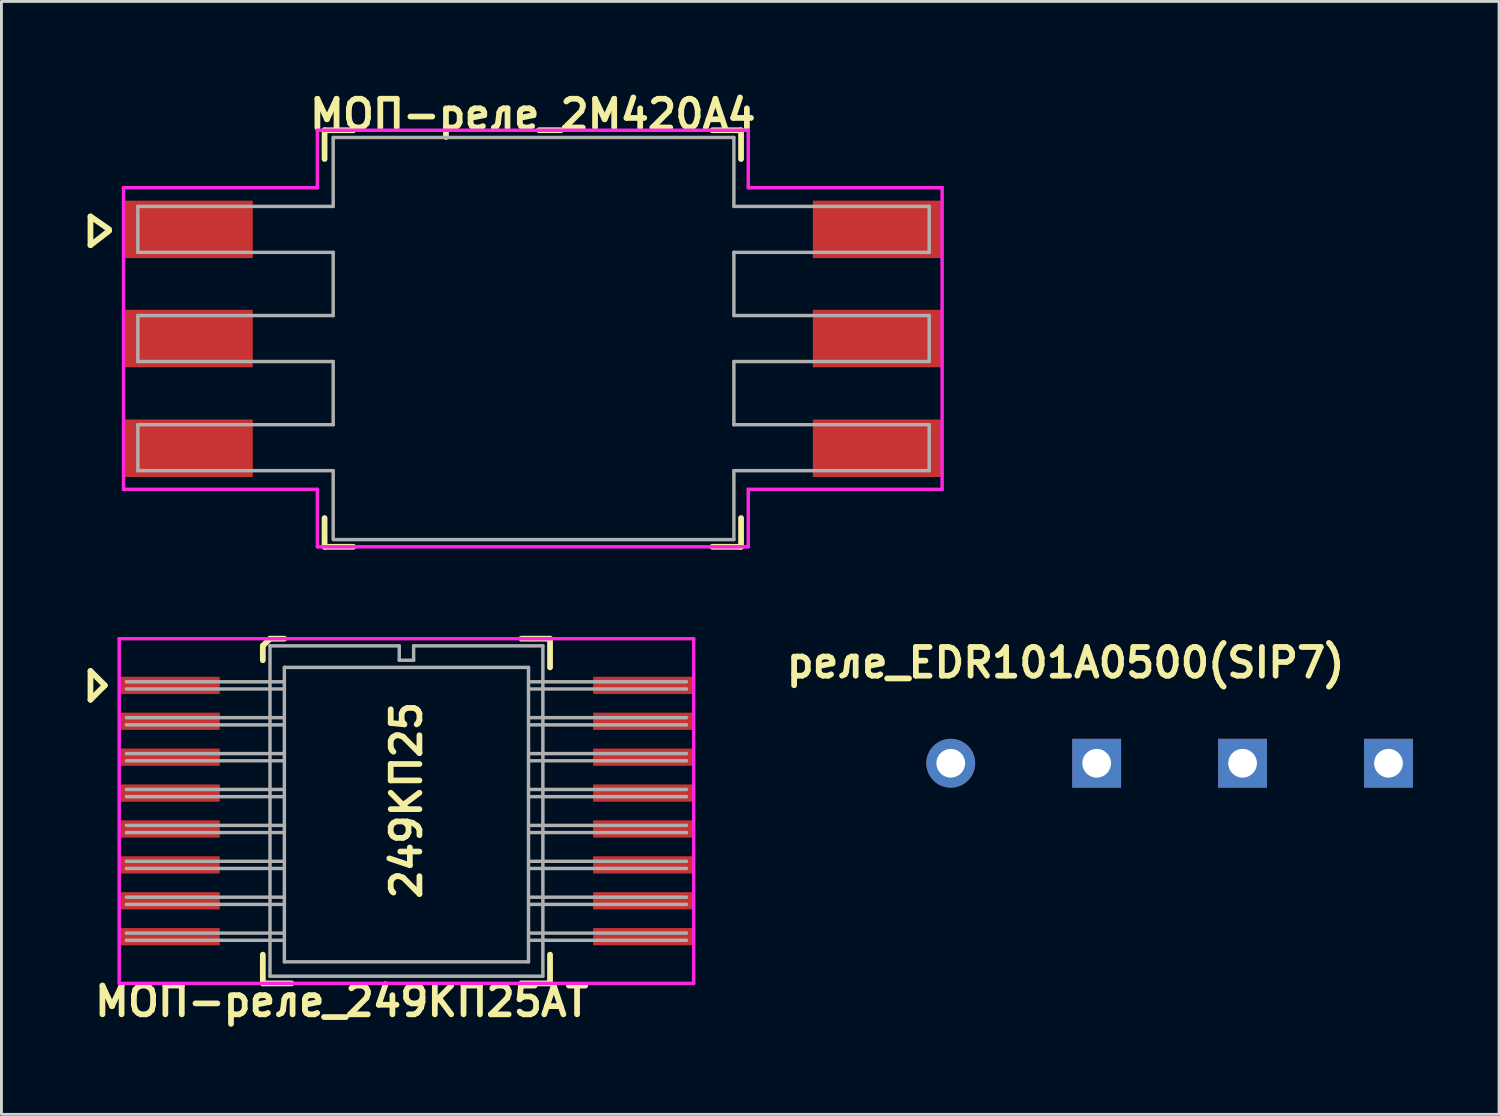
<source format=kicad_pcb>
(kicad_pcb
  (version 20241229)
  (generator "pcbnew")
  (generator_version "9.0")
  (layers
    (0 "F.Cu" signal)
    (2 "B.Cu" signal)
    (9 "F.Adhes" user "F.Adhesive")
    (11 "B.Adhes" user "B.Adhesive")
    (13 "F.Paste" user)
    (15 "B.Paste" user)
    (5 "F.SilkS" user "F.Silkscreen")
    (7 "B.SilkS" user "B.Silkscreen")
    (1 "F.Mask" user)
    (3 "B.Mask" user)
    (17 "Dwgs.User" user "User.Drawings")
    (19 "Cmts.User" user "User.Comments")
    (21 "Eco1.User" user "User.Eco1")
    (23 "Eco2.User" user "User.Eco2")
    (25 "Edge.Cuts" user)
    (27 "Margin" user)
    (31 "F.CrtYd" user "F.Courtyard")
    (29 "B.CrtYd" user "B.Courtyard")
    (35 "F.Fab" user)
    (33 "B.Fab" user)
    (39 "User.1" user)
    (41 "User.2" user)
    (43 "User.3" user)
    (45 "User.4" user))
  (footprint "МОП-реле_2М420А4"
    (layer "F.Cu")
    (at 15.5 8.736)
    (property "Reference" "МОП-реле_2М420А4" (at 0 -7.8 0) (layer "F.SilkS") (effects (font (size 1 1) (thickness 0.2))))
    (attr through_hole)
    (fp_line (start -15.4 -4.25) (end -14.75 -3.8) (stroke (width 0.2) (type solid)) (layer "F.SilkS"))
    (fp_line (start -15.4 -3.25) (end -15.4 -4.25) (stroke (width 0.2) (type solid)) (layer "F.SilkS"))
    (fp_line (start -14.75 -3.75) (end -15.4 -3.25) (stroke (width 0.2) (type solid)) (layer "F.SilkS"))
    (fp_line (start -7.25 -7.25) (end -7.25 -6.25) (stroke (width 0.2) (type solid)) (layer "F.SilkS"))
    (fp_line (start -7.25 -7.25) (end -6.25 -7.25) (stroke (width 0.2) (type solid)) (layer "F.SilkS"))
    (fp_line (start -7.25 7.25) (end -7.25 6.25) (stroke (width 0.2) (type solid)) (layer "F.SilkS"))
    (fp_line (start -7.25 7.25) (end -6.25 7.25) (stroke (width 0.2) (type solid)) (layer "F.SilkS"))
    (fp_line (start 7.25 -7.25) (end 6.25 -7.25) (stroke (width 0.2) (type solid)) (layer "F.SilkS"))
    (fp_line (start 7.25 -7.25) (end 7.25 -6.25) (stroke (width 0.2) (type solid)) (layer "F.SilkS"))
    (fp_line (start 7.25 7.25) (end 6.25 7.25) (stroke (width 0.2) (type solid)) (layer "F.SilkS"))
    (fp_line (start 7.25 7.25) (end 7.25 6.25) (stroke (width 0.2) (type solid)) (layer "F.SilkS"))
    (fp_line (start -14.25 5.25) (end -14.25 -5.25) (stroke (width 0.12) (type solid)) (layer "F.CrtYd"))
    (fp_line (start -7.5 -7.25) (end -7.5 -5.25) (stroke (width 0.12) (type solid)) (layer "F.CrtYd"))
    (fp_line (start -7.5 -7.25) (end 7.5 -7.25) (stroke (width 0.12) (type solid)) (layer "F.CrtYd"))
    (fp_line (start -7.5 -5.25) (end -14.25 -5.25) (stroke (width 0.12) (type solid)) (layer "F.CrtYd"))
    (fp_line (start -7.5 5.25) (end -14.25 5.25) (stroke (width 0.12) (type solid)) (layer "F.CrtYd"))
    (fp_line (start -7.5 5.25) (end -7.5 7.25) (stroke (width 0.12) (type solid)) (layer "F.CrtYd"))
    (fp_line (start 7.5 -7.25) (end 7.5 -5.25) (stroke (width 0.12) (type solid)) (layer "F.CrtYd"))
    (fp_line (start 7.5 5.25) (end 14.25 5.25) (stroke (width 0.12) (type solid)) (layer "F.CrtYd"))
    (fp_line (start 7.5 7.25) (end -7.5 7.25) (stroke (width 0.12) (type solid)) (layer "F.CrtYd"))
    (fp_line (start 7.5 7.25) (end 7.5 5.25) (stroke (width 0.12) (type solid)) (layer "F.CrtYd"))
    (fp_line (start 14.25 -5.25) (end 7.5 -5.25) (stroke (width 0.12) (type solid)) (layer "F.CrtYd"))
    (fp_line (start 14.25 -5.25) (end 14.25 5.25) (stroke (width 0.12) (type solid)) (layer "F.CrtYd"))
    (fp_line (start -13.75 -4.6) (end -13.75 -3) (stroke (width 0.12) (type solid)) (layer "F.Fab"))
    (fp_line (start -13.75 -4.6) (end -6.95 -4.6) (stroke (width 0.12) (type solid)) (layer "F.Fab"))
    (fp_line (start -13.75 -3) (end -6.95 -3) (stroke (width 0.12) (type solid)) (layer "F.Fab"))
    (fp_line (start -13.75 -0.8) (end -13.75 0.8) (stroke (width 0.12) (type solid)) (layer "F.Fab"))
    (fp_line (start -13.75 -0.8) (end -6.95 -0.8) (stroke (width 0.12) (type solid)) (layer "F.Fab"))
    (fp_line (start -13.75 3) (end -13.75 4.6) (stroke (width 0.12) (type solid)) (layer "F.Fab"))
    (fp_line (start -13.75 3) (end -6.95 3) (stroke (width 0.12) (type solid)) (layer "F.Fab"))
    (fp_line (start -6.95 -7) (end -6.95 -4.6) (stroke (width 0.12) (type solid)) (layer "F.Fab"))
    (fp_line (start -6.95 -7) (end 7 -7) (stroke (width 0.12) (type solid)) (layer "F.Fab"))
    (fp_line (start -6.95 -3) (end -6.95 -0.8) (stroke (width 0.12) (type solid)) (layer "F.Fab"))
    (fp_line (start -6.95 0.8) (end -13.75 0.8) (stroke (width 0.12) (type solid)) (layer "F.Fab"))
    (fp_line (start -6.95 0.8) (end -6.95 3) (stroke (width 0.12) (type solid)) (layer "F.Fab"))
    (fp_line (start -6.95 4.6) (end -13.75 4.6) (stroke (width 0.12) (type solid)) (layer "F.Fab"))
    (fp_line (start -6.95 4.6) (end -6.95 7) (stroke (width 0.12) (type solid)) (layer "F.Fab"))
    (fp_line (start -6.9 7) (end 7 7) (stroke (width 0.12) (type solid)) (layer "F.Fab"))
    (fp_line (start 7 -7) (end 7 -4.6) (stroke (width 0.12) (type solid)) (layer "F.Fab"))
    (fp_line (start 7 -4.6) (end 13.8 -4.6) (stroke (width 0.12) (type solid)) (layer "F.Fab"))
    (fp_line (start 7 -3) (end 7 -0.8) (stroke (width 0.12) (type solid)) (layer "F.Fab"))
    (fp_line (start 7 -3) (end 13.8 -3) (stroke (width 0.12) (type solid)) (layer "F.Fab"))
    (fp_line (start 7 -0.8) (end 13.8 -0.8) (stroke (width 0.12) (type solid)) (layer "F.Fab"))
    (fp_line (start 7 0.8) (end 7 3) (stroke (width 0.12) (type solid)) (layer "F.Fab"))
    (fp_line (start 7 0.8) (end 13.8 0.8) (stroke (width 0.12) (type solid)) (layer "F.Fab"))
    (fp_line (start 7 3) (end 13.8 3) (stroke (width 0.12) (type solid)) (layer "F.Fab"))
    (fp_line (start 7 4.6) (end 7 7) (stroke (width 0.12) (type solid)) (layer "F.Fab"))
    (fp_line (start 7 4.6) (end 13.8 4.6) (stroke (width 0.12) (type solid)) (layer "F.Fab"))
    (fp_line (start 13.8 -4.6) (end 13.8 -3) (stroke (width 0.12) (type solid)) (layer "F.Fab"))
    (fp_line (start 13.8 -0.8) (end 13.8 0.8) (stroke (width 0.12) (type solid)) (layer "F.Fab"))
    (fp_line (start 13.8 3) (end 13.8 4.6) (stroke (width 0.12) (type solid)) (layer "F.Fab"))
    (pad "1" smd rect (at -12 -3.8) (size 4.5 2) (layers "F.Cu" "F.Mask" "F.Paste"))
    (pad "2" smd rect (at -12 0) (size 4.5 2) (layers "F.Cu" "F.Mask" "F.Paste"))
    (pad "3" smd rect (at -12 3.82) (size 4.5 2) (layers "F.Cu" "F.Mask" "F.Paste"))
    (pad "4" smd rect (at 12 3.82) (size 4.5 2) (layers "F.Cu" "F.Mask" "F.Paste"))
    (pad "5" smd rect (at 12 0) (size 4.5 2) (layers "F.Cu" "F.Mask" "F.Paste"))
    (pad "6" smd rect (at 12 -3.8) (size 4.5 2) (layers "F.Cu" "F.Mask" "F.Paste")))
  (footprint "реле_EDR101A0500(SIP7)"
    (layer "F.Cu")
    (at 30.05 23.522)
    (property "Reference" "реле_EDR101A0500(SIP7)" (at 4 -3.5 0) (layer "F.SilkS") (effects (font (size 1 1) (thickness 0.2))))
    (attr through_hole)
    (pad "1" thru_hole circle (at 0 0) (size 1.7 1.7) (drill 1) (layers "*.Cu" "*.Mask"))
    (pad "3" thru_hole rect (at 5.08 0) (size 1.7 1.7) (drill 1) (layers "*.Cu" "*.Mask"))
    (pad "5" thru_hole rect (at 10.16 0) (size 1.7 1.7) (drill 1) (layers "*.Cu" "*.Mask"))
    (pad "7" thru_hole rect (at 15.24 0) (size 1.7 1.7) (drill 1) (layers "*.Cu" "*.Mask")))
  (footprint "МОП-реле_249КП25АТ"
    (layer "F.Cu")
    (at 11.1 25.186)
    (property "Reference" "МОП-реле_249КП25АТ" (at -2.25 6.625 0) (layer "F.SilkS") (effects (font (size 1 1) (thickness 0.2))))
    (attr through_hole)
    (fp_line (start -11 -4.875) (end -11 -3.875) (stroke (width 0.2) (type solid)) (layer "F.SilkS"))
    (fp_line (start -11 -3.875) (end -10.5 -4.375) (stroke (width 0.2) (type solid)) (layer "F.SilkS"))
    (fp_line (start -10.5 -4.375) (end -11 -4.875) (stroke (width 0.2) (type solid)) (layer "F.SilkS"))
    (fp_line (start -5 -5.75) (end -4.75 -6) (stroke (width 0.2) (type solid)) (layer "F.SilkS"))
    (fp_line (start -5 -5.25) (end -5 -5.75) (stroke (width 0.2) (type solid)) (layer "F.SilkS"))
    (fp_line (start -5 6) (end -5 5) (stroke (width 0.2) (type solid)) (layer "F.SilkS"))
    (fp_line (start -5 6) (end -4 6) (stroke (width 0.2) (type solid)) (layer "F.SilkS"))
    (fp_line (start -4.75 -6) (end -4.25 -6) (stroke (width 0.2) (type solid)) (layer "F.SilkS"))
    (fp_line (start 5 -6) (end 4 -6) (stroke (width 0.2) (type solid)) (layer "F.SilkS"))
    (fp_line (start 5 -6) (end 5 -5) (stroke (width 0.2) (type solid)) (layer "F.SilkS"))
    (fp_line (start 5 6) (end 4 6) (stroke (width 0.2) (type solid)) (layer "F.SilkS"))
    (fp_line (start 5 6) (end 5 5) (stroke (width 0.2) (type solid)) (layer "F.SilkS"))
    (fp_line (start -10 -6) (end -10 6) (stroke (width 0.12) (type solid)) (layer "F.CrtYd"))
    (fp_line (start -10 6) (end 10 6) (stroke (width 0.12) (type solid)) (layer "F.CrtYd"))
    (fp_line (start 10 -6) (end -10 -6) (stroke (width 0.12) (type solid)) (layer "F.CrtYd"))
    (fp_line (start 10 6) (end 10 -6) (stroke (width 0.12) (type solid)) (layer "F.CrtYd"))
    (fp_line (start -9.75 -4.25) (end -4.25 -4.25) (stroke (width 0.12) (type solid)) (layer "F.Fab"))
    (fp_line (start -9.75 -3) (end -4.25 -3) (stroke (width 0.12) (type solid)) (layer "F.Fab"))
    (fp_line (start -9.75 -1.75) (end -4.25 -1.75) (stroke (width 0.12) (type solid)) (layer "F.Fab"))
    (fp_line (start -9.75 -0.5) (end -4.25 -0.5) (stroke (width 0.12) (type solid)) (layer "F.Fab"))
    (fp_line (start -9.75 0.75) (end -4.25 0.75) (stroke (width 0.12) (type solid)) (layer "F.Fab"))
    (fp_line (start -9.75 2) (end -4.25 2) (stroke (width 0.12) (type solid)) (layer "F.Fab"))
    (fp_line (start -9.75 3.25) (end -4.25 3.25) (stroke (width 0.12) (type solid)) (layer "F.Fab"))
    (fp_line (start -9.75 4.5) (end -4.25 4.5) (stroke (width 0.12) (type solid)) (layer "F.Fab"))
    (fp_line (start -4.75 -5.75) (end -0.25 -5.75) (stroke (width 0.12) (type solid)) (layer "F.Fab"))
    (fp_line (start -4.75 5.75) (end -4.75 -5.75) (stroke (width 0.12) (type solid)) (layer "F.Fab"))
    (fp_line (start -4.25 -5) (end -4.25 5.25) (stroke (width 0.12) (type solid)) (layer "F.Fab"))
    (fp_line (start -4.25 -4.5) (end -9.75 -4.5) (stroke (width 0.12) (type solid)) (layer "F.Fab"))
    (fp_line (start -4.25 -3.25) (end -9.75 -3.25) (stroke (width 0.12) (type solid)) (layer "F.Fab"))
    (fp_line (start -4.25 -2) (end -9.75 -2) (stroke (width 0.12) (type solid)) (layer "F.Fab"))
    (fp_line (start -4.25 -0.75) (end -9.75 -0.75) (stroke (width 0.12) (type solid)) (layer "F.Fab"))
    (fp_line (start -4.25 0.5) (end -9.75 0.5) (stroke (width 0.12) (type solid)) (layer "F.Fab"))
    (fp_line (start -4.25 1.75) (end -9.75 1.75) (stroke (width 0.12) (type solid)) (layer "F.Fab"))
    (fp_line (start -4.25 3) (end -9.75 3) (stroke (width 0.12) (type solid)) (layer "F.Fab"))
    (fp_line (start -4.25 4.25) (end -9.75 4.25) (stroke (width 0.12) (type solid)) (layer "F.Fab"))
    (fp_line (start -4.25 5.25) (end 4.25 5.25) (stroke (width 0.12) (type solid)) (layer "F.Fab"))
    (fp_line (start -0.25 -5.75) (end -0.25 -5.25) (stroke (width 0.12) (type solid)) (layer "F.Fab"))
    (fp_line (start -0.25 -5.25) (end 0.25 -5.25) (stroke (width 0.12) (type solid)) (layer "F.Fab"))
    (fp_line (start 0.25 -5.75) (end 4.75 -5.75) (stroke (width 0.12) (type solid)) (layer "F.Fab"))
    (fp_line (start 0.25 -5.25) (end 0.25 -5.75) (stroke (width 0.12) (type solid)) (layer "F.Fab"))
    (fp_line (start 4.25 -5) (end -4.25 -5) (stroke (width 0.12) (type solid)) (layer "F.Fab"))
    (fp_line (start 4.25 -4.25) (end 9.75 -4.25) (stroke (width 0.12) (type solid)) (layer "F.Fab"))
    (fp_line (start 4.25 -3) (end 9.75 -3) (stroke (width 0.12) (type solid)) (layer "F.Fab"))
    (fp_line (start 4.25 -1.75) (end 9.75 -1.75) (stroke (width 0.12) (type solid)) (layer "F.Fab"))
    (fp_line (start 4.25 -0.5) (end 9.75 -0.5) (stroke (width 0.12) (type solid)) (layer "F.Fab"))
    (fp_line (start 4.25 0.75) (end 9.75 0.75) (stroke (width 0.12) (type solid)) (layer "F.Fab"))
    (fp_line (start 4.25 2) (end 9.75 2) (stroke (width 0.12) (type solid)) (layer "F.Fab"))
    (fp_line (start 4.25 3.25) (end 9.75 3.25) (stroke (width 0.12) (type solid)) (layer "F.Fab"))
    (fp_line (start 4.25 4.5) (end 9.75 4.5) (stroke (width 0.12) (type solid)) (layer "F.Fab"))
    (fp_line (start 4.25 5.25) (end 4.25 -5) (stroke (width 0.12) (type solid)) (layer "F.Fab"))
    (fp_line (start 4.75 -5.75) (end 4.75 5.75) (stroke (width 0.12) (type solid)) (layer "F.Fab"))
    (fp_line (start 4.75 5.75) (end -4.75 5.75) (stroke (width 0.12) (type solid)) (layer "F.Fab"))
    (fp_line (start 9.75 -4.5) (end 4.25 -4.5) (stroke (width 0.12) (type solid)) (layer "F.Fab"))
    (fp_line (start 9.75 -3.25) (end 4.25 -3.25) (stroke (width 0.12) (type solid)) (layer "F.Fab"))
    (fp_line (start 9.75 -2) (end 4.25 -2) (stroke (width 0.12) (type solid)) (layer "F.Fab"))
    (fp_line (start 9.75 -0.75) (end 4.25 -0.75) (stroke (width 0.12) (type solid)) (layer "F.Fab"))
    (fp_line (start 9.75 0.5) (end 4.25 0.5) (stroke (width 0.12) (type solid)) (layer "F.Fab"))
    (fp_line (start 9.75 1.75) (end 4.25 1.75) (stroke (width 0.12) (type solid)) (layer "F.Fab"))
    (fp_line (start 9.75 3) (end 4.25 3) (stroke (width 0.12) (type solid)) (layer "F.Fab"))
    (fp_line (start 9.75 4.25) (end 4.25 4.25) (stroke (width 0.12) (type solid)) (layer "F.Fab"))
    (fp_text user "249КП25" (at 0 -0.375 90) (layer "F.SilkS") (effects (font (size 1 1) (thickness 0.2))))
    (pad "1" smd rect (at -8.25 -4.375) (size 3.5 0.6) (layers "F.Cu" "F.Mask" "F.Paste"))
    (pad "2" smd rect (at -8.25 -3.125) (size 3.5 0.6) (layers "F.Cu" "F.Mask" "F.Paste"))
    (pad "3" smd rect (at -8.25 -1.875) (size 3.5 0.6) (layers "F.Cu" "F.Mask" "F.Paste"))
    (pad "4" smd rect (at -8.25 -0.625) (size 3.5 0.6) (layers "F.Cu" "F.Mask" "F.Paste"))
    (pad "5" smd rect (at -8.25 0.625) (size 3.5 0.6) (layers "F.Cu" "F.Mask" "F.Paste"))
    (pad "6" smd rect (at -8.25 1.875) (size 3.5 0.6) (layers "F.Cu" "F.Mask" "F.Paste"))
    (pad "7" smd rect (at -8.25 3.125) (size 3.5 0.6) (layers "F.Cu" "F.Mask" "F.Paste"))
    (pad "8" smd rect (at -8.25 4.375) (size 3.5 0.6) (layers "F.Cu" "F.Mask" "F.Paste"))
    (pad "9" smd rect (at 8.25 4.375) (size 3.5 0.6) (layers "F.Cu" "F.Mask" "F.Paste"))
    (pad "10" smd rect (at 8.25 3.125) (size 3.5 0.6) (layers "F.Cu" "F.Mask" "F.Paste"))
    (pad "11" smd rect (at 8.25 1.875) (size 3.5 0.6) (layers "F.Cu" "F.Mask" "F.Paste"))
    (pad "12" smd rect (at 8.25 0.625) (size 3.5 0.6) (layers "F.Cu" "F.Mask" "F.Paste"))
    (pad "13" smd rect (at 8.25 -0.625) (size 3.5 0.6) (layers "F.Cu" "F.Mask" "F.Paste"))
    (pad "14" smd rect (at 8.25 -1.875) (size 3.5 0.6) (layers "F.Cu" "F.Mask" "F.Paste"))
    (pad "15" smd rect (at 8.25 -3.125) (size 3.5 0.6) (layers "F.Cu" "F.Mask" "F.Paste"))
    (pad "16" smd rect (at 8.25 -4.375) (size 3.5 0.6) (layers "F.Cu" "F.Mask" "F.Paste")))
  (gr_rect
    (start -3 -3)
    (end 49.14 35.747)
    (stroke (width 0.1) (type default))
    (fill no)
    (layer "Edge.Cuts")))
</source>
